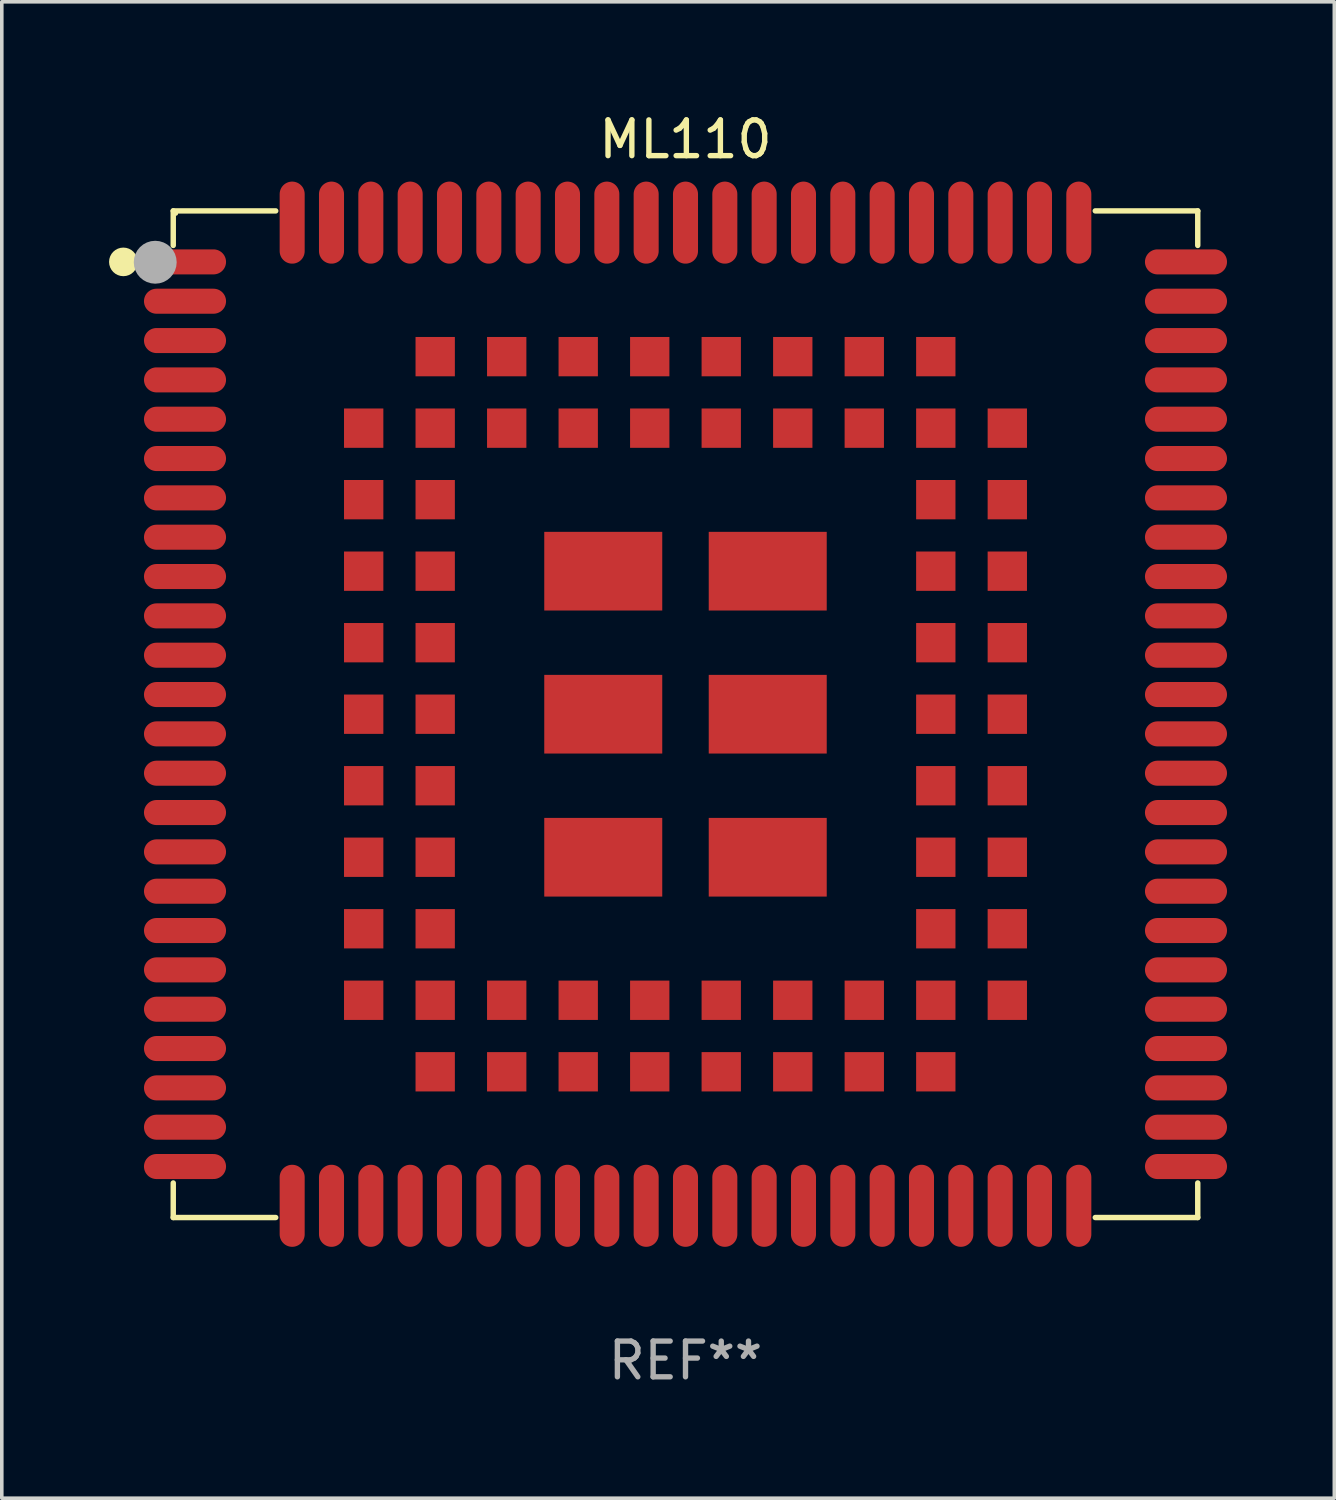
<source format=kicad_pcb>
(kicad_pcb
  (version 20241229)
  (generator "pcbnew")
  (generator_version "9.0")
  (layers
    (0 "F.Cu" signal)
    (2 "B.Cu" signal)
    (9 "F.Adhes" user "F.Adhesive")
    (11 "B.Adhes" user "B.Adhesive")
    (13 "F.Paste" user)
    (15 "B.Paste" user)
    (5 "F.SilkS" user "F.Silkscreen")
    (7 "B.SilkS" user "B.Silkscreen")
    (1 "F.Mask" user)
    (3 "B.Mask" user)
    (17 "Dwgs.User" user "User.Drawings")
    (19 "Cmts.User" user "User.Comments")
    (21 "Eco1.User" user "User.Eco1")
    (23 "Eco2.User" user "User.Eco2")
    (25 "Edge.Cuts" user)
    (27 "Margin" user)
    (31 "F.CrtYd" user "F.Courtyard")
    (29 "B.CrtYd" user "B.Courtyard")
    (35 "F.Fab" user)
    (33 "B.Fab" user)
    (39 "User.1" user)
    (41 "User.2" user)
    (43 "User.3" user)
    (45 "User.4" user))
  (footprint "ML110"
    (layer "F.Cu")
    (at 16.121 16.924)
    (property "Reference" "ML110" (at 0 -16.076 0) (layer "F.SilkS") (effects (font (size 1 1) (thickness 0.15))))
    (attr through_hole)
    (fp_line (start -14.326 -14.076) (end -11.46 -14.076) (stroke (width 0.152) (type solid)) (layer "F.SilkS"))
    (fp_line (start -14.326 -13.11) (end -14.326 -14.076) (stroke (width 0.152) (type solid)) (layer "F.SilkS"))
    (fp_line (start -14.326 13.11) (end -14.326 14.076) (stroke (width 0.152) (type solid)) (layer "F.SilkS"))
    (fp_line (start -14.326 14.076) (end -11.46 14.076) (stroke (width 0.152) (type solid)) (layer "F.SilkS"))
    (fp_line (start 14.326 -14.076) (end 11.46 -14.076) (stroke (width 0.152) (type solid)) (layer "F.SilkS"))
    (fp_line (start 14.326 -13.11) (end 14.326 -14.076) (stroke (width 0.152) (type solid)) (layer "F.SilkS"))
    (fp_line (start 14.326 13.11) (end 14.326 14.076) (stroke (width 0.152) (type solid)) (layer "F.SilkS"))
    (fp_line (start 14.326 14.076) (end 11.46 14.076) (stroke (width 0.152) (type solid)) (layer "F.SilkS"))
    (fp_circle (center -15.721 -12.65) (end -15.521 -12.65) (stroke (width 0.4) (type solid)) (fill no) (layer "F.SilkS"))
    (fp_circle (center -14.25 -14) (end -14.22 -14) (stroke (width 0.06) (type solid)) (fill no) (layer "F.SilkS"))
    (fp_circle (center -14.83 -12.64) (end -14.53 -12.64) (stroke (width 0.6) (type solid)) (fill no) (layer "F.Fab"))
    (fp_text user "REF**" (at 0 18.076 0) (layer "F.Fab") (effects (font (size 1 1) (thickness 0.15))))
    (pad "1" smd oval (at -13.997 -12.65) (size 2.295 0.7) (layers "F.Cu" "F.Mask" "F.Paste"))
    (pad "2" smd oval (at -13.997 -11.55) (size 2.295 0.7) (layers "F.Cu" "F.Mask" "F.Paste"))
    (pad "3" smd oval (at -13.997 -10.45) (size 2.295 0.7) (layers "F.Cu" "F.Mask" "F.Paste"))
    (pad "4" smd oval (at -13.997 -9.35) (size 2.295 0.7) (layers "F.Cu" "F.Mask" "F.Paste"))
    (pad "5" smd oval (at -13.997 -8.25) (size 2.295 0.7) (layers "F.Cu" "F.Mask" "F.Paste"))
    (pad "6" smd oval (at -13.997 -7.15) (size 2.295 0.7) (layers "F.Cu" "F.Mask" "F.Paste"))
    (pad "7" smd oval (at -13.997 -6.05) (size 2.295 0.7) (layers "F.Cu" "F.Mask" "F.Paste"))
    (pad "8" smd oval (at -13.997 -4.95) (size 2.295 0.7) (layers "F.Cu" "F.Mask" "F.Paste"))
    (pad "9" smd oval (at -13.997 -3.85) (size 2.295 0.7) (layers "F.Cu" "F.Mask" "F.Paste"))
    (pad "10" smd oval (at -13.997 -2.75) (size 2.295 0.7) (layers "F.Cu" "F.Mask" "F.Paste"))
    (pad "11" smd oval (at -13.997 -1.65) (size 2.295 0.7) (layers "F.Cu" "F.Mask" "F.Paste"))
    (pad "12" smd oval (at -13.997 -0.55) (size 2.295 0.7) (layers "F.Cu" "F.Mask" "F.Paste"))
    (pad "13" smd oval (at -13.997 0.55) (size 2.295 0.7) (layers "F.Cu" "F.Mask" "F.Paste"))
    (pad "14" smd oval (at -13.997 1.65) (size 2.295 0.7) (layers "F.Cu" "F.Mask" "F.Paste"))
    (pad "15" smd oval (at -13.997 2.75) (size 2.295 0.7) (layers "F.Cu" "F.Mask" "F.Paste"))
    (pad "16" smd oval (at -13.997 3.85) (size 2.295 0.7) (layers "F.Cu" "F.Mask" "F.Paste"))
    (pad "17" smd oval (at -13.997 4.95) (size 2.295 0.7) (layers "F.Cu" "F.Mask" "F.Paste"))
    (pad "18" smd oval (at -13.997 6.05) (size 2.295 0.7) (layers "F.Cu" "F.Mask" "F.Paste"))
    (pad "19" smd oval (at -13.997 7.15) (size 2.295 0.7) (layers "F.Cu" "F.Mask" "F.Paste"))
    (pad "20" smd oval (at -13.997 8.25) (size 2.295 0.7) (layers "F.Cu" "F.Mask" "F.Paste"))
    (pad "21" smd oval (at -13.997 9.35) (size 2.295 0.7) (layers "F.Cu" "F.Mask" "F.Paste"))
    (pad "22" smd oval (at -13.997 10.45) (size 2.295 0.7) (layers "F.Cu" "F.Mask" "F.Paste"))
    (pad "23" smd oval (at -13.997 11.55) (size 2.295 0.7) (layers "F.Cu" "F.Mask" "F.Paste"))
    (pad "24" smd oval (at -13.997 12.65) (size 2.295 0.7) (layers "F.Cu" "F.Mask" "F.Paste"))
    (pad "25" smd oval (at -11 13.748) (size 0.7 2.295) (layers "F.Cu" "F.Mask" "F.Paste"))
    (pad "26" smd oval (at -9.9 13.748) (size 0.7 2.295) (layers "F.Cu" "F.Mask" "F.Paste"))
    (pad "27" smd oval (at -8.8 13.748) (size 0.7 2.295) (layers "F.Cu" "F.Mask" "F.Paste"))
    (pad "28" smd oval (at -7.7 13.748) (size 0.7 2.295) (layers "F.Cu" "F.Mask" "F.Paste"))
    (pad "29" smd oval (at -6.6 13.748) (size 0.7 2.295) (layers "F.Cu" "F.Mask" "F.Paste"))
    (pad "30" smd oval (at -5.5 13.748) (size 0.7 2.295) (layers "F.Cu" "F.Mask" "F.Paste"))
    (pad "31" smd oval (at -4.4 13.748) (size 0.7 2.295) (layers "F.Cu" "F.Mask" "F.Paste"))
    (pad "32" smd oval (at -3.3 13.748) (size 0.7 2.295) (layers "F.Cu" "F.Mask" "F.Paste"))
    (pad "33" smd oval (at -2.2 13.748) (size 0.7 2.295) (layers "F.Cu" "F.Mask" "F.Paste"))
    (pad "34" smd oval (at -1.1 13.748) (size 0.7 2.295) (layers "F.Cu" "F.Mask" "F.Paste"))
    (pad "35" smd oval (at -0.000013 13.748) (size 0.7 2.295) (layers "F.Cu" "F.Mask" "F.Paste"))
    (pad "36" smd oval (at 1.1 13.748) (size 0.7 2.295) (layers "F.Cu" "F.Mask" "F.Paste"))
    (pad "37" smd oval (at 2.2 13.748) (size 0.7 2.295) (layers "F.Cu" "F.Mask" "F.Paste"))
    (pad "38" smd oval (at 3.3 13.748) (size 0.7 2.295) (layers "F.Cu" "F.Mask" "F.Paste"))
    (pad "39" smd oval (at 4.4 13.748) (size 0.7 2.295) (layers "F.Cu" "F.Mask" "F.Paste"))
    (pad "40" smd oval (at 5.5 13.748) (size 0.7 2.295) (layers "F.Cu" "F.Mask" "F.Paste"))
    (pad "41" smd oval (at 6.6 13.748) (size 0.7 2.295) (layers "F.Cu" "F.Mask" "F.Paste"))
    (pad "42" smd oval (at 7.7 13.748) (size 0.7 2.295) (layers "F.Cu" "F.Mask" "F.Paste"))
    (pad "43" smd oval (at 8.8 13.748) (size 0.7 2.295) (layers "F.Cu" "F.Mask" "F.Paste"))
    (pad "44" smd oval (at 9.9 13.748) (size 0.7 2.295) (layers "F.Cu" "F.Mask" "F.Paste"))
    (pad "45" smd oval (at 11 13.748) (size 0.7 2.295) (layers "F.Cu" "F.Mask" "F.Paste"))
    (pad "46" smd oval (at 13.997 12.65) (size 2.295 0.7) (layers "F.Cu" "F.Mask" "F.Paste"))
    (pad "47" smd oval (at 13.997 11.55) (size 2.295 0.7) (layers "F.Cu" "F.Mask" "F.Paste"))
    (pad "48" smd oval (at 13.997 10.45) (size 2.295 0.7) (layers "F.Cu" "F.Mask" "F.Paste"))
    (pad "49" smd oval (at 13.997 9.35) (size 2.295 0.7) (layers "F.Cu" "F.Mask" "F.Paste"))
    (pad "50" smd oval (at 13.997 8.25) (size 2.295 0.7) (layers "F.Cu" "F.Mask" "F.Paste"))
    (pad "51" smd oval (at 13.997 7.15) (size 2.295 0.7) (layers "F.Cu" "F.Mask" "F.Paste"))
    (pad "52" smd oval (at 13.997 6.05) (size 2.295 0.7) (layers "F.Cu" "F.Mask" "F.Paste"))
    (pad "53" smd oval (at 13.997 4.95) (size 2.295 0.7) (layers "F.Cu" "F.Mask" "F.Paste"))
    (pad "54" smd oval (at 13.997 3.85) (size 2.295 0.7) (layers "F.Cu" "F.Mask" "F.Paste"))
    (pad "55" smd oval (at 13.997 2.75) (size 2.295 0.7) (layers "F.Cu" "F.Mask" "F.Paste"))
    (pad "56" smd oval (at 13.997 1.65) (size 2.295 0.7) (layers "F.Cu" "F.Mask" "F.Paste"))
    (pad "57" smd oval (at 13.997 0.55) (size 2.295 0.7) (layers "F.Cu" "F.Mask" "F.Paste"))
    (pad "58" smd oval (at 13.997 -0.55) (size 2.295 0.7) (layers "F.Cu" "F.Mask" "F.Paste"))
    (pad "59" smd oval (at 13.997 -1.65) (size 2.295 0.7) (layers "F.Cu" "F.Mask" "F.Paste"))
    (pad "60" smd oval (at 13.997 -2.75) (size 2.295 0.7) (layers "F.Cu" "F.Mask" "F.Paste"))
    (pad "61" smd oval (at 13.997 -3.85) (size 2.295 0.7) (layers "F.Cu" "F.Mask" "F.Paste"))
    (pad "62" smd oval (at 13.997 -4.95) (size 2.295 0.7) (layers "F.Cu" "F.Mask" "F.Paste"))
    (pad "63" smd oval (at 13.997 -6.05) (size 2.295 0.7) (layers "F.Cu" "F.Mask" "F.Paste"))
    (pad "64" smd oval (at 13.997 -7.15) (size 2.295 0.7) (layers "F.Cu" "F.Mask" "F.Paste"))
    (pad "65" smd oval (at 13.997 -8.25) (size 2.295 0.7) (layers "F.Cu" "F.Mask" "F.Paste"))
    (pad "66" smd oval (at 13.997 -9.35) (size 2.295 0.7) (layers "F.Cu" "F.Mask" "F.Paste"))
    (pad "67" smd oval (at 13.997 -10.45) (size 2.295 0.7) (layers "F.Cu" "F.Mask" "F.Paste"))
    (pad "68" smd oval (at 13.997 -11.55) (size 2.295 0.7) (layers "F.Cu" "F.Mask" "F.Paste"))
    (pad "69" smd oval (at 13.997 -12.65) (size 2.295 0.7) (layers "F.Cu" "F.Mask" "F.Paste"))
    (pad "70" smd oval (at 11 -13.748) (size 0.7 2.295) (layers "F.Cu" "F.Mask" "F.Paste"))
    (pad "71" smd oval (at 9.9 -13.748) (size 0.7 2.295) (layers "F.Cu" "F.Mask" "F.Paste"))
    (pad "72" smd oval (at 8.8 -13.748) (size 0.7 2.295) (layers "F.Cu" "F.Mask" "F.Paste"))
    (pad "73" smd oval (at 7.7 -13.748) (size 0.7 2.295) (layers "F.Cu" "F.Mask" "F.Paste"))
    (pad "74" smd oval (at 6.6 -13.748) (size 0.7 2.295) (layers "F.Cu" "F.Mask" "F.Paste"))
    (pad "75" smd oval (at 5.5 -13.748) (size 0.7 2.295) (layers "F.Cu" "F.Mask" "F.Paste"))
    (pad "76" smd oval (at 4.4 -13.748) (size 0.7 2.295) (layers "F.Cu" "F.Mask" "F.Paste"))
    (pad "77" smd oval (at 3.3 -13.748) (size 0.7 2.295) (layers "F.Cu" "F.Mask" "F.Paste"))
    (pad "78" smd oval (at 2.2 -13.748) (size 0.7 2.295) (layers "F.Cu" "F.Mask" "F.Paste"))
    (pad "79" smd oval (at 1.1 -13.748) (size 0.7 2.295) (layers "F.Cu" "F.Mask" "F.Paste"))
    (pad "80" smd oval (at -0.000013 -13.748) (size 0.7 2.295) (layers "F.Cu" "F.Mask" "F.Paste"))
    (pad "81" smd oval (at -1.1 -13.748) (size 0.7 2.295) (layers "F.Cu" "F.Mask" "F.Paste"))
    (pad "82" smd oval (at -2.2 -13.748) (size 0.7 2.295) (layers "F.Cu" "F.Mask" "F.Paste"))
    (pad "83" smd oval (at -3.3 -13.748) (size 0.7 2.295) (layers "F.Cu" "F.Mask" "F.Paste"))
    (pad "84" smd oval (at -4.4 -13.748) (size 0.7 2.295) (layers "F.Cu" "F.Mask" "F.Paste"))
    (pad "85" smd oval (at -5.5 -13.748) (size 0.7 2.295) (layers "F.Cu" "F.Mask" "F.Paste"))
    (pad "86" smd oval (at -6.6 -13.748) (size 0.7 2.295) (layers "F.Cu" "F.Mask" "F.Paste"))
    (pad "87" smd oval (at -7.7 -13.748) (size 0.7 2.295) (layers "F.Cu" "F.Mask" "F.Paste"))
    (pad "88" smd oval (at -8.8 -13.748) (size 0.7 2.295) (layers "F.Cu" "F.Mask" "F.Paste"))
    (pad "89" smd oval (at -9.9 -13.748) (size 0.7 2.295) (layers "F.Cu" "F.Mask" "F.Paste"))
    (pad "90" smd oval (at -11 -13.748) (size 0.7 2.295) (layers "F.Cu" "F.Mask" "F.Paste"))
    (pad "91" smd rect (at -9 -8) (size 1.1 1.1) (layers "F.Cu" "F.Mask" "F.Paste"))
    (pad "92" smd rect (at -9 -6) (size 1.1 1.1) (layers "F.Cu" "F.Mask" "F.Paste"))
    (pad "93" smd rect (at -9 -4) (size 1.1 1.1) (layers "F.Cu" "F.Mask" "F.Paste"))
    (pad "94" smd rect (at -9 -2) (size 1.1 1.1) (layers "F.Cu" "F.Mask" "F.Paste"))
    (pad "95" smd rect (at -9 0) (size 1.1 1.1) (layers "F.Cu" "F.Mask" "F.Paste"))
    (pad "96" smd rect (at -9 2) (size 1.1 1.1) (layers "F.Cu" "F.Mask" "F.Paste"))
    (pad "97" smd rect (at -9 4) (size 1.1 1.1) (layers "F.Cu" "F.Mask" "F.Paste"))
    (pad "98" smd rect (at -9 6) (size 1.1 1.1) (layers "F.Cu" "F.Mask" "F.Paste"))
    (pad "99" smd rect (at -9 8) (size 1.1 1.1) (layers "F.Cu" "F.Mask" "F.Paste"))
    (pad "100" smd rect (at -7 10) (size 1.1 1.1) (layers "F.Cu" "F.Mask" "F.Paste"))
    (pad "101" smd rect (at -5 10) (size 1.1 1.1) (layers "F.Cu" "F.Mask" "F.Paste"))
    (pad "102" smd rect (at -3 10) (size 1.1 1.1) (layers "F.Cu" "F.Mask" "F.Paste"))
    (pad "103" smd rect (at -1 10) (size 1.1 1.1) (layers "F.Cu" "F.Mask" "F.Paste"))
    (pad "104" smd rect (at 1 10) (size 1.1 1.1) (layers "F.Cu" "F.Mask" "F.Paste"))
    (pad "105" smd rect (at 3 10) (size 1.1 1.1) (layers "F.Cu" "F.Mask" "F.Paste"))
    (pad "106" smd rect (at 5 10) (size 1.1 1.1) (layers "F.Cu" "F.Mask" "F.Paste"))
    (pad "107" smd rect (at 7 10) (size 1.1 1.1) (layers "F.Cu" "F.Mask" "F.Paste"))
    (pad "108" smd rect (at 9 8) (size 1.1 1.1) (layers "F.Cu" "F.Mask" "F.Paste"))
    (pad "109" smd rect (at 9 6) (size 1.1 1.1) (layers "F.Cu" "F.Mask" "F.Paste"))
    (pad "110" smd rect (at 9 4) (size 1.1 1.1) (layers "F.Cu" "F.Mask" "F.Paste"))
    (pad "111" smd rect (at 9 2) (size 1.1 1.1) (layers "F.Cu" "F.Mask" "F.Paste"))
    (pad "112" smd rect (at 9 0) (size 1.1 1.1) (layers "F.Cu" "F.Mask" "F.Paste"))
    (pad "113" smd rect (at 9 -2) (size 1.1 1.1) (layers "F.Cu" "F.Mask" "F.Paste"))
    (pad "114" smd rect (at 9 -4) (size 1.1 1.1) (layers "F.Cu" "F.Mask" "F.Paste"))
    (pad "115" smd rect (at 9 -6) (size 1.1 1.1) (layers "F.Cu" "F.Mask" "F.Paste"))
    (pad "116" smd rect (at 9 -8) (size 1.1 1.1) (layers "F.Cu" "F.Mask" "F.Paste"))
    (pad "117" smd rect (at 7 -10) (size 1.1 1.1) (layers "F.Cu" "F.Mask" "F.Paste"))
    (pad "118" smd rect (at 5 -10) (size 1.1 1.1) (layers "F.Cu" "F.Mask" "F.Paste"))
    (pad "119" smd rect (at 3 -10) (size 1.1 1.1) (layers "F.Cu" "F.Mask" "F.Paste"))
    (pad "120" smd rect (at 1 -10) (size 1.1 1.1) (layers "F.Cu" "F.Mask" "F.Paste"))
    (pad "121" smd rect (at -1 -10) (size 1.1 1.1) (layers "F.Cu" "F.Mask" "F.Paste"))
    (pad "122" smd rect (at -3 -10) (size 1.1 1.1) (layers "F.Cu" "F.Mask" "F.Paste"))
    (pad "123" smd rect (at -5 -10) (size 1.1 1.1) (layers "F.Cu" "F.Mask" "F.Paste"))
    (pad "124" smd rect (at -7 -10) (size 1.1 1.1) (layers "F.Cu" "F.Mask" "F.Paste"))
    (pad "125" smd rect (at -7 -8) (size 1.1 1.1) (layers "F.Cu" "F.Mask" "F.Paste"))
    (pad "126" smd rect (at -7 -6) (size 1.1 1.1) (layers "F.Cu" "F.Mask" "F.Paste"))
    (pad "127" smd rect (at -7 -4) (size 1.1 1.1) (layers "F.Cu" "F.Mask" "F.Paste"))
    (pad "128" smd rect (at -7 -2) (size 1.1 1.1) (layers "F.Cu" "F.Mask" "F.Paste"))
    (pad "129" smd rect (at -7 0) (size 1.1 1.1) (layers "F.Cu" "F.Mask" "F.Paste"))
    (pad "130" smd rect (at -7 2) (size 1.1 1.1) (layers "F.Cu" "F.Mask" "F.Paste"))
    (pad "131" smd rect (at -7 4) (size 1.1 1.1) (layers "F.Cu" "F.Mask" "F.Paste"))
    (pad "132" smd rect (at -7 6) (size 1.1 1.1) (layers "F.Cu" "F.Mask" "F.Paste"))
    (pad "133" smd rect (at -7 8) (size 1.1 1.1) (layers "F.Cu" "F.Mask" "F.Paste"))
    (pad "134" smd rect (at -5 8) (size 1.1 1.1) (layers "F.Cu" "F.Mask" "F.Paste"))
    (pad "135" smd rect (at -3 8) (size 1.1 1.1) (layers "F.Cu" "F.Mask" "F.Paste"))
    (pad "136" smd rect (at -1 8) (size 1.1 1.1) (layers "F.Cu" "F.Mask" "F.Paste"))
    (pad "137" smd rect (at 1 8) (size 1.1 1.1) (layers "F.Cu" "F.Mask" "F.Paste"))
    (pad "138" smd rect (at 3 8) (size 1.1 1.1) (layers "F.Cu" "F.Mask" "F.Paste"))
    (pad "139" smd rect (at 5 8) (size 1.1 1.1) (layers "F.Cu" "F.Mask" "F.Paste"))
    (pad "140" smd rect (at 7 8) (size 1.1 1.1) (layers "F.Cu" "F.Mask" "F.Paste"))
    (pad "141" smd rect (at 7 6) (size 1.1 1.1) (layers "F.Cu" "F.Mask" "F.Paste"))
    (pad "142" smd rect (at 7 4) (size 1.1 1.1) (layers "F.Cu" "F.Mask" "F.Paste"))
    (pad "143" smd rect (at 7 2) (size 1.1 1.1) (layers "F.Cu" "F.Mask" "F.Paste"))
    (pad "144" smd rect (at 7 0) (size 1.1 1.1) (layers "F.Cu" "F.Mask" "F.Paste"))
    (pad "145" smd rect (at 7 -2) (size 1.1 1.1) (layers "F.Cu" "F.Mask" "F.Paste"))
    (pad "146" smd rect (at 7 -4) (size 1.1 1.1) (layers "F.Cu" "F.Mask" "F.Paste"))
    (pad "147" smd rect (at 7 -6) (size 1.1 1.1) (layers "F.Cu" "F.Mask" "F.Paste"))
    (pad "148" smd rect (at 7 -8) (size 1.1 1.1) (layers "F.Cu" "F.Mask" "F.Paste"))
    (pad "149" smd rect (at 5 -8) (size 1.1 1.1) (layers "F.Cu" "F.Mask" "F.Paste"))
    (pad "150" smd rect (at 3 -8) (size 1.1 1.1) (layers "F.Cu" "F.Mask" "F.Paste"))
    (pad "151" smd rect (at 1 -8) (size 1.1 1.1) (layers "F.Cu" "F.Mask" "F.Paste"))
    (pad "152" smd rect (at -1 -8) (size 1.1 1.1) (layers "F.Cu" "F.Mask" "F.Paste"))
    (pad "153" smd rect (at -3 -8) (size 1.1 1.1) (layers "F.Cu" "F.Mask" "F.Paste"))
    (pad "154" smd rect (at -5 -8) (size 1.1 1.1) (layers "F.Cu" "F.Mask" "F.Paste"))
    (pad "155" smd rect (at -2.3 -4) (size 3.3 2.2) (layers "F.Cu" "F.Mask" "F.Paste"))
    (pad "156" smd rect (at -2.3 0) (size 3.3 2.2) (layers "F.Cu" "F.Mask" "F.Paste"))
    (pad "157" smd rect (at -2.3 4) (size 3.3 2.2) (layers "F.Cu" "F.Mask" "F.Paste"))
    (pad "158" smd rect (at 2.3 4) (size 3.3 2.2) (layers "F.Cu" "F.Mask" "F.Paste"))
    (pad "159" smd rect (at 2.3 0) (size 3.3 2.2) (layers "F.Cu" "F.Mask" "F.Paste"))
    (pad "160" smd rect (at 2.3 -4) (size 3.3 2.2) (layers "F.Cu" "F.Mask" "F.Paste")))
  (gr_rect
    (start -3 -3)
    (end 34.266 38.849)
    (stroke (width 0.1) (type default))
    (fill no)
    (layer "Edge.Cuts")))
</source>
